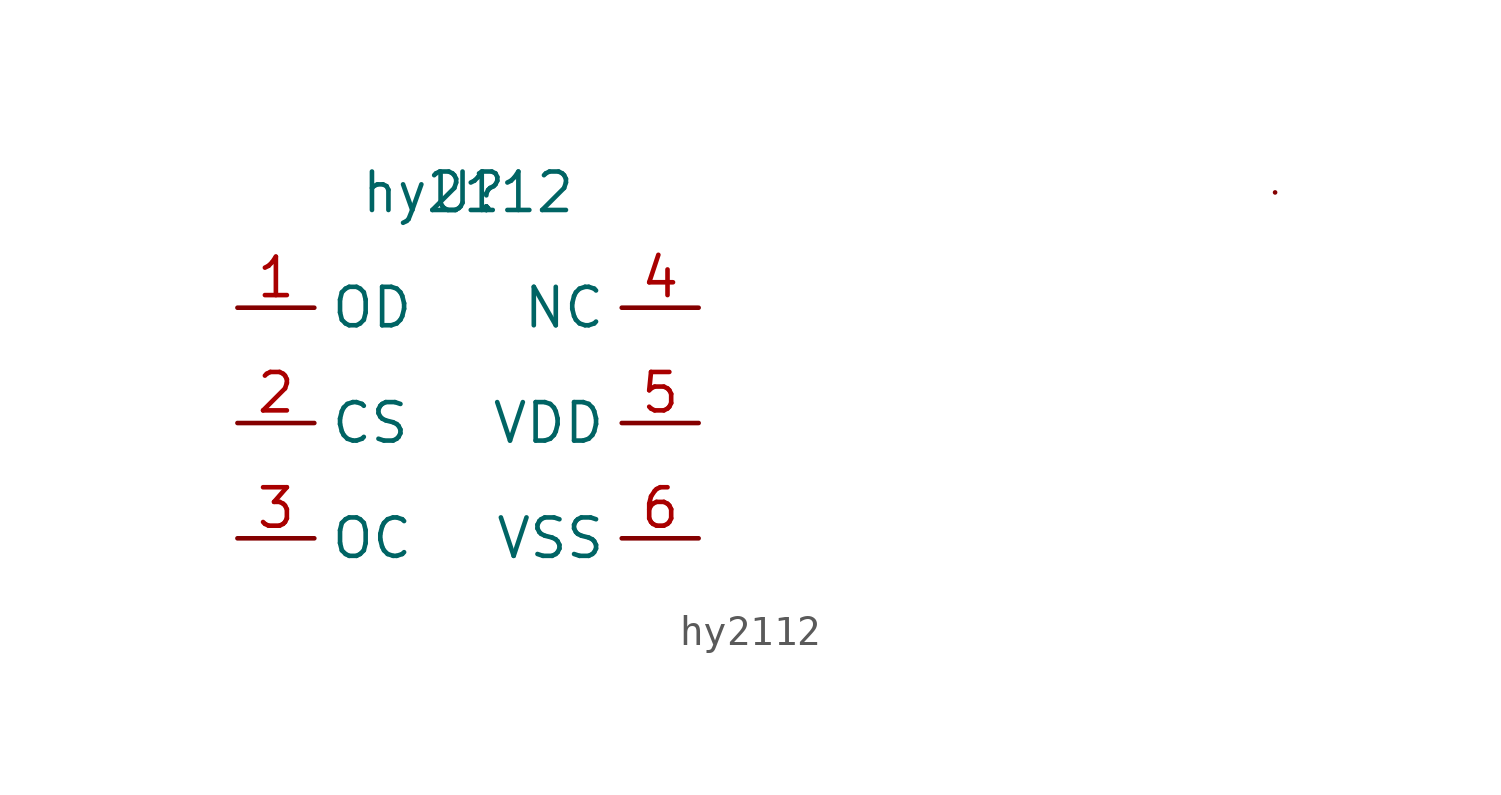
<source format=kicad_sym>
(kicad_symbol_lib
  (version 20211014)
  (generator kicad_symbol_editor)
  (symbol "hy2112"
    (property "Reference" "U"
      (at 0 0 0)
      (effects (font (size 1.27 1.27))))
    (property "Value" "hy2112"
      (at 0 0 0)
      (effects (font (size 1.27 1.27))))
    (symbol "hy2112_0_1"
      (rectangle (start 26.67 0) (end 26.67 0) (stroke (width 0) (type default) (color 0 0 0 0)) (fill (type none))))
    (symbol "hy2112_1_1"
      (pin input line (at -7.62 -3.81 0) (length 2.54) (name "OD" (effects (font (size 1.27 1.27)))) (number "1" (effects (font (size 1.27 1.27)))))
      (pin input line (at -7.62 -7.62 0) (length 2.54) (name "CS" (effects (font (size 1.27 1.27)))) (number "2" (effects (font (size 1.27 1.27)))))
      (pin input line (at -7.62 -11.43 0) (length 2.54) (name "OC" (effects (font (size 1.27 1.27)))) (number "3" (effects (font (size 1.27 1.27)))))
      (pin input line (at 7.62 -3.81 180) (length 2.54) (name "NC" (effects (font (size 1.27 1.27)))) (number "4" (effects (font (size 1.27 1.27)))))
      (pin input line (at 7.62 -7.62 180) (length 2.54) (name "VDD" (effects (font (size 1.27 1.27)))) (number "5" (effects (font (size 1.27 1.27)))))
      (pin input line (at 7.62 -11.43 180) (length 2.54) (name "VSS" (effects (font (size 1.27 1.27)))) (number "6" (effects (font (size 1.27 1.27))))))))
</source>
